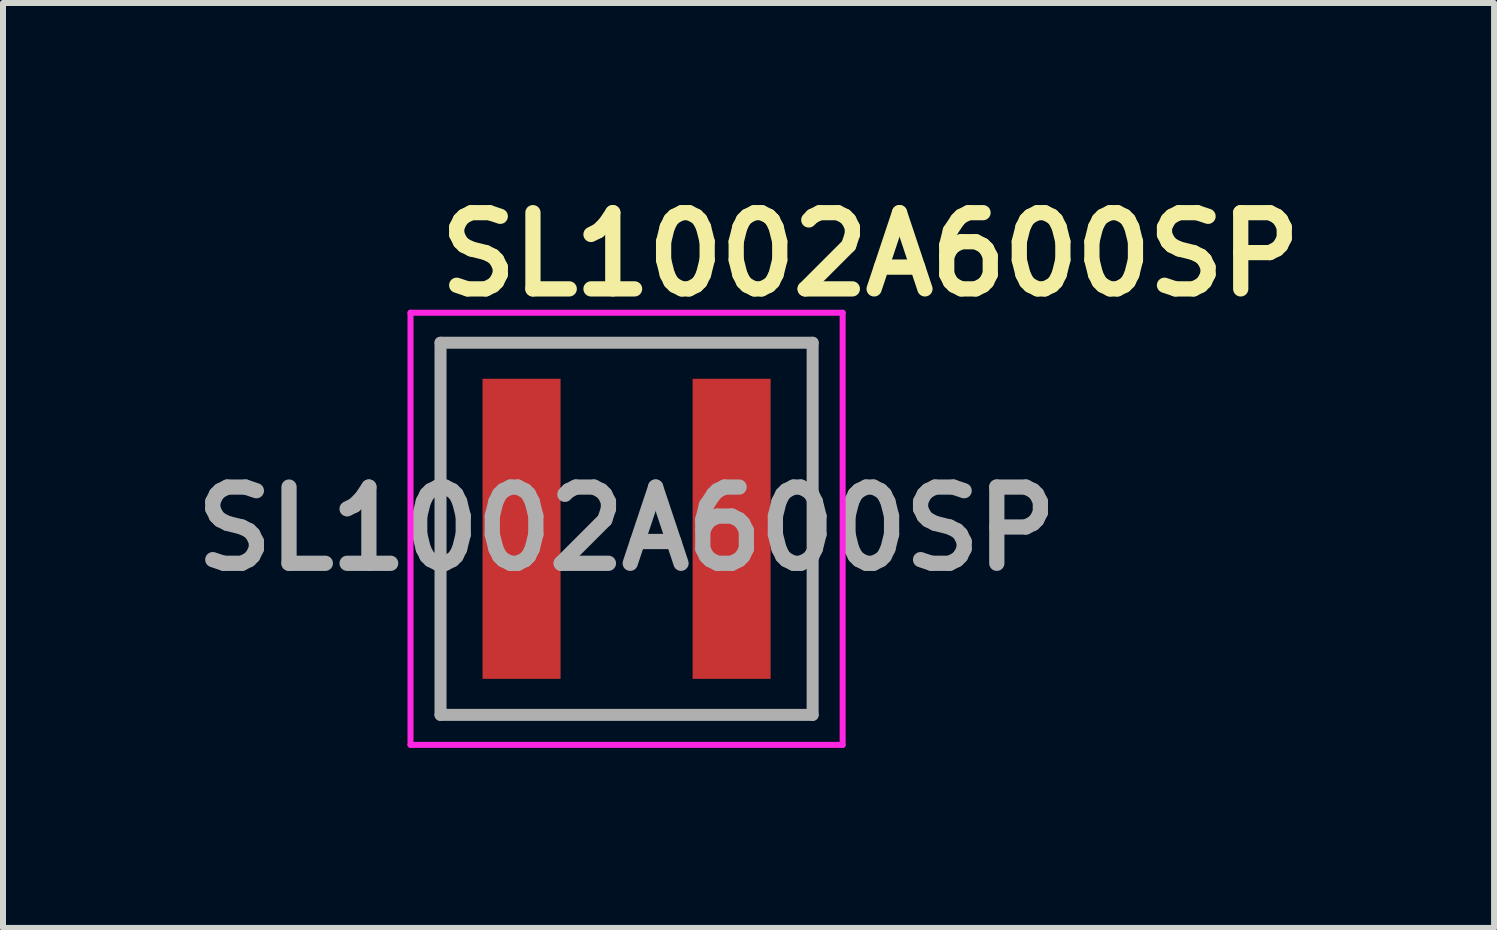
<source format=kicad_pcb>
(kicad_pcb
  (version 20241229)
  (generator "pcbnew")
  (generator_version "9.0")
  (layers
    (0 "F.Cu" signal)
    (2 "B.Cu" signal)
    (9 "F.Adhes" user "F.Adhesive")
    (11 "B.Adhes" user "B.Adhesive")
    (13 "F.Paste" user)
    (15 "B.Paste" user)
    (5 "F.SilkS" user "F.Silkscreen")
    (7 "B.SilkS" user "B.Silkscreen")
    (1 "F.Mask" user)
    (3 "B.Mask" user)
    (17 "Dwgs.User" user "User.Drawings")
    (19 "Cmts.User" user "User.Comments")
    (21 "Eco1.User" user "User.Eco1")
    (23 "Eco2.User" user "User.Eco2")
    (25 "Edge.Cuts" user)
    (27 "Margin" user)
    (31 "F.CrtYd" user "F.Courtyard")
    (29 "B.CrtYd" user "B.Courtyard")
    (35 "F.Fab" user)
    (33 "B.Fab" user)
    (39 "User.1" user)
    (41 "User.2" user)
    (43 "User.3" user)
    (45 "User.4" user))
  (footprint "SL1002A600SP"
    (layer "F.Cu")
    (at 7.39 5.761)
    (property "Reference" "SL1002A600SP" (at 4.064 -4.572 0) (layer "F.SilkS") (effects (font (size 1.27 1.27) (thickness 0.254))))
    (attr smd)
    (fp_line (start -3.1 -3.1) (end 3.1 -3.1) (stroke (width 0.1) (type solid)) (layer "F.SilkS"))
    (fp_line (start -3.1 3.1) (end -3.1 -3.1) (stroke (width 0.1) (type solid)) (layer "F.SilkS"))
    (fp_line (start 3.1 -3.1) (end 3.1 3.1) (stroke (width 0.1) (type solid)) (layer "F.SilkS"))
    (fp_line (start 3.1 3.1) (end -3.1 3.1) (stroke (width 0.1) (type solid)) (layer "F.SilkS"))
    (fp_line (start -3.6 -3.6) (end 3.6 -3.6) (stroke (width 0.1) (type solid)) (layer "F.CrtYd"))
    (fp_line (start -3.6 3.6) (end -3.6 -3.6) (stroke (width 0.1) (type solid)) (layer "F.CrtYd"))
    (fp_line (start 3.6 -3.6) (end 3.6 3.6) (stroke (width 0.1) (type solid)) (layer "F.CrtYd"))
    (fp_line (start 3.6 3.6) (end -3.6 3.6) (stroke (width 0.1) (type solid)) (layer "F.CrtYd"))
    (fp_line (start -3.1 -3.1) (end 3.1 -3.1) (stroke (width 0.2) (type solid)) (layer "F.Fab"))
    (fp_line (start -3.1 3.1) (end -3.1 -3.1) (stroke (width 0.2) (type solid)) (layer "F.Fab"))
    (fp_line (start 3.1 -3.1) (end 3.1 3.1) (stroke (width 0.2) (type solid)) (layer "F.Fab"))
    (fp_line (start 3.1 3.1) (end -3.1 3.1) (stroke (width 0.2) (type solid)) (layer "F.Fab"))
    (fp_text user "${REFERENCE}" (at 0 0 0) (layer "F.Fab") (effects (font (size 1.27 1.27) (thickness 0.254))))
    (pad "1" smd rect (at -1.75 0) (size 1.3 5) (layers "F.Cu" "F.Mask" "F.Paste"))
    (pad "2" smd rect (at 1.75 0) (size 1.3 5) (layers "F.Cu" "F.Mask" "F.Paste")))
  (gr_rect
    (start -3 -3)
    (end 21.844 12.411)
    (stroke (width 0.1) (type default))
    (fill no)
    (layer "Edge.Cuts")))
</source>
